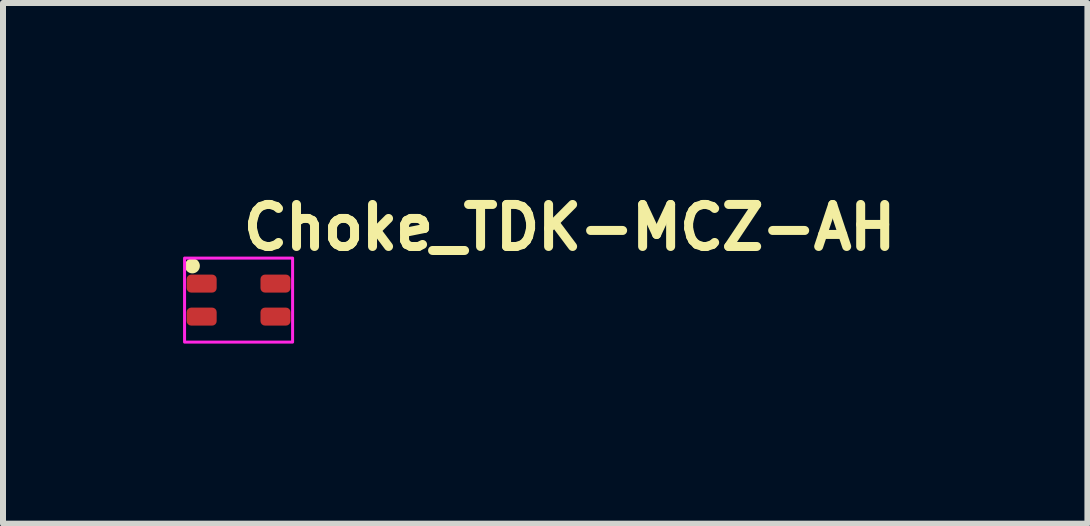
<source format=kicad_pcb>
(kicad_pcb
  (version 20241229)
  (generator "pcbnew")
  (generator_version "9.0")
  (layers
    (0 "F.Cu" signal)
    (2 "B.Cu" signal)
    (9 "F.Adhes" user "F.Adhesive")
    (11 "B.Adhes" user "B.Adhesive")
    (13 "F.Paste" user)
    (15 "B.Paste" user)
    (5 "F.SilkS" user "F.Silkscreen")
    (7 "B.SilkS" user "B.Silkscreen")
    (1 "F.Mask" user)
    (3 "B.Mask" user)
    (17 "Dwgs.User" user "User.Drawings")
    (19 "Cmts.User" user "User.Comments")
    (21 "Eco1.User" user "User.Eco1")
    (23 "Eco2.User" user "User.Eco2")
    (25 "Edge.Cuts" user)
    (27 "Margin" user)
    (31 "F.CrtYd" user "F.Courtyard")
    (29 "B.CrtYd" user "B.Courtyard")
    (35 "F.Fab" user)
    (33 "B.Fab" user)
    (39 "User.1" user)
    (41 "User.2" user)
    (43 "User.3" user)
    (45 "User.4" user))
  (footprint "Choke_TDK-MCZ-AH"
    (layer "F.Cu")
    (at 0.925 1.95)
    (property "Reference" "Choke_TDK-MCZ-AH" (at 0 -0.8 0) (layer "F.SilkS") (effects (font (size 0.7 0.7) (thickness 0.15)) (justify left bottom)))
    (attr smd)
    (fp_circle (center -0.77 -0.57) (end -0.72 -0.57) (stroke (width 0.15) (type solid)) (fill yes) (layer "F.SilkS"))
    (fp_rect (start -0.9 -0.7) (end 0.9 0.7) (stroke (width 0.05) (type solid)) (fill no) (layer "F.CrtYd"))
    (fp_rect (start -0.625 -0.5) (end 0.625 0.5) (stroke (width 0.1) (type solid)) (fill no) (layer "User.5"))
    (fp_line (start -0.625 -0.5) (end -0.625 -0.425) (stroke (width 0.02) (type solid)) (layer "User.9"))
    (fp_line (start -0.625 -0.425) (end -0.625 -0.125) (stroke (width 0.02) (type solid)) (layer "User.9"))
    (fp_line (start -0.625 -0.125) (end -0.625 0.125) (stroke (width 0.02) (type solid)) (layer "User.9"))
    (fp_line (start -0.625 -0.125) (end -0.425 -0.125) (stroke (width 0.02) (type solid)) (layer "User.9"))
    (fp_line (start -0.625 0.125) (end -0.625 0.425) (stroke (width 0.02) (type solid)) (layer "User.9"))
    (fp_line (start -0.625 0.425) (end -0.625 0.5) (stroke (width 0.02) (type solid)) (layer "User.9"))
    (fp_line (start -0.625 0.425) (end -0.425 0.425) (stroke (width 0.02) (type solid)) (layer "User.9"))
    (fp_line (start -0.625 0.5) (end 0.625 0.5) (stroke (width 0.02) (type solid)) (layer "User.9"))
    (fp_line (start -0.425 -0.425) (end -0.625 -0.425) (stroke (width 0.02) (type solid)) (layer "User.9"))
    (fp_line (start -0.425 -0.125) (end -0.425 -0.425) (stroke (width 0.02) (type solid)) (layer "User.9"))
    (fp_line (start -0.425 0.125) (end -0.625 0.125) (stroke (width 0.02) (type solid)) (layer "User.9"))
    (fp_line (start -0.425 0.425) (end -0.425 0.125) (stroke (width 0.02) (type solid)) (layer "User.9"))
    (fp_line (start 0.425 -0.425) (end 0.425 -0.125) (stroke (width 0.02) (type solid)) (layer "User.9"))
    (fp_line (start 0.425 -0.125) (end 0.625 -0.125) (stroke (width 0.02) (type solid)) (layer "User.9"))
    (fp_line (start 0.425 0.125) (end 0.425 0.425) (stroke (width 0.02) (type solid)) (layer "User.9"))
    (fp_line (start 0.425 0.425) (end 0.625 0.425) (stroke (width 0.02) (type solid)) (layer "User.9"))
    (fp_line (start 0.625 -0.5) (end -0.625 -0.5) (stroke (width 0.02) (type solid)) (layer "User.9"))
    (fp_line (start 0.625 -0.425) (end 0.425 -0.425) (stroke (width 0.02) (type solid)) (layer "User.9"))
    (fp_line (start 0.625 -0.425) (end 0.625 -0.5) (stroke (width 0.02) (type solid)) (layer "User.9"))
    (fp_line (start 0.625 -0.125) (end 0.625 -0.425) (stroke (width 0.02) (type solid)) (layer "User.9"))
    (fp_line (start 0.625 0.125) (end 0.425 0.125) (stroke (width 0.02) (type solid)) (layer "User.9"))
    (fp_line (start 0.625 0.125) (end 0.625 -0.125) (stroke (width 0.02) (type solid)) (layer "User.9"))
    (fp_line (start 0.625 0.425) (end 0.625 0.125) (stroke (width 0.02) (type solid)) (layer "User.9"))
    (fp_line (start 0.625 0.5) (end 0.625 0.425) (stroke (width 0.02) (type solid)) (layer "User.9"))
    (pad "1" smd roundrect (at -0.615 -0.275 270) (size 0.3 0.5) (layers "F.Cu" "F.Mask" "F.Paste") (roundrect_rratio 0.25))
    (pad "2" smd roundrect (at -0.615 0.275 270) (size 0.3 0.5) (layers "F.Cu" "F.Mask" "F.Paste") (roundrect_rratio 0.25))
    (pad "3" smd roundrect (at 0.615 0.275 270) (size 0.3 0.5) (layers "F.Cu" "F.Mask" "F.Paste") (roundrect_rratio 0.25))
    (pad "4" smd roundrect (at 0.615 -0.275 270) (size 0.3 0.5) (layers "F.Cu" "F.Mask" "F.Paste") (roundrect_rratio 0.25)))
  (gr_rect
    (start -3 -3)
    (end 15.068 5.675)
    (stroke (width 0.1) (type default))
    (fill no)
    (layer "Edge.Cuts")))
</source>
